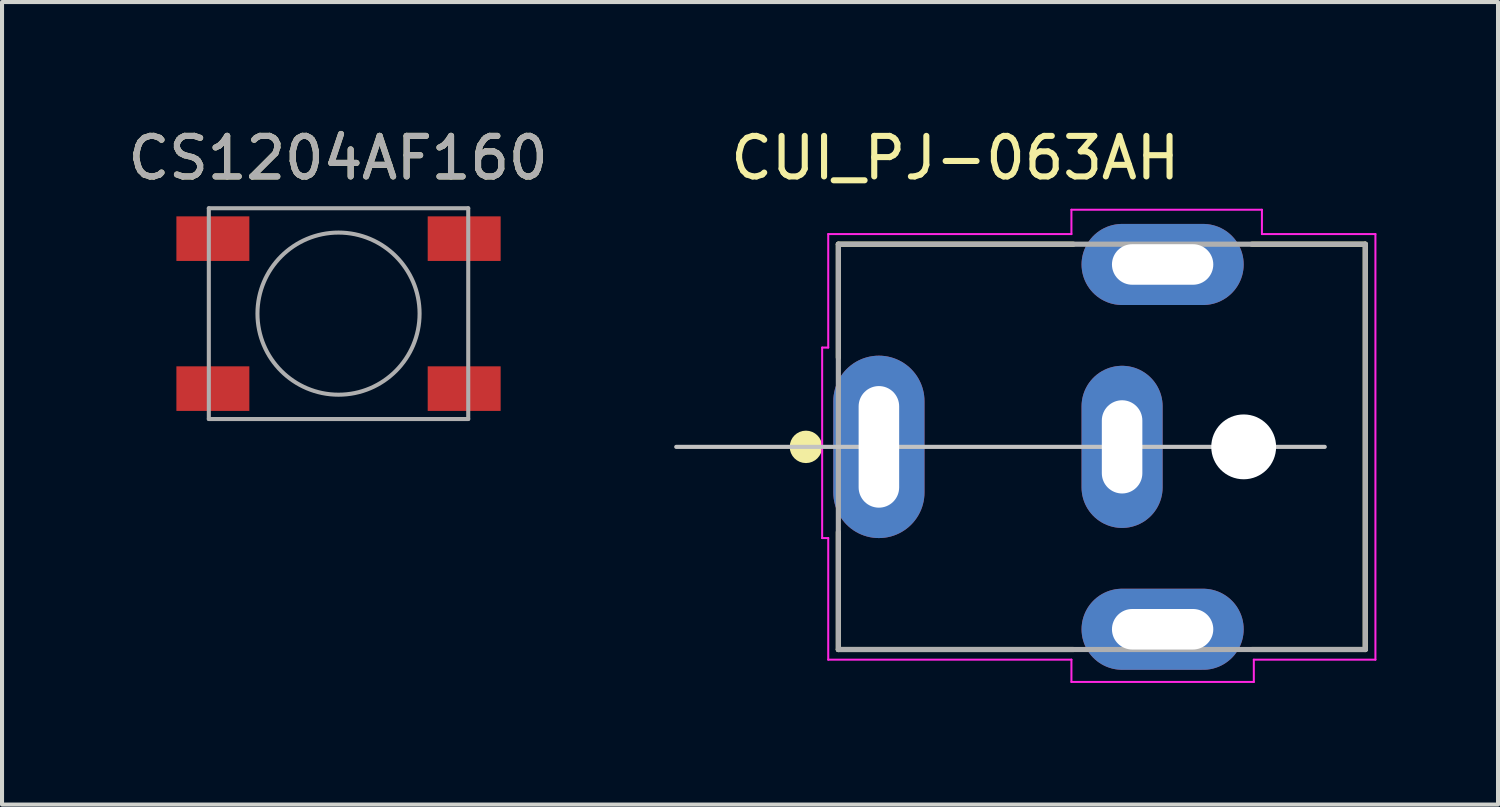
<source format=kicad_pcb>
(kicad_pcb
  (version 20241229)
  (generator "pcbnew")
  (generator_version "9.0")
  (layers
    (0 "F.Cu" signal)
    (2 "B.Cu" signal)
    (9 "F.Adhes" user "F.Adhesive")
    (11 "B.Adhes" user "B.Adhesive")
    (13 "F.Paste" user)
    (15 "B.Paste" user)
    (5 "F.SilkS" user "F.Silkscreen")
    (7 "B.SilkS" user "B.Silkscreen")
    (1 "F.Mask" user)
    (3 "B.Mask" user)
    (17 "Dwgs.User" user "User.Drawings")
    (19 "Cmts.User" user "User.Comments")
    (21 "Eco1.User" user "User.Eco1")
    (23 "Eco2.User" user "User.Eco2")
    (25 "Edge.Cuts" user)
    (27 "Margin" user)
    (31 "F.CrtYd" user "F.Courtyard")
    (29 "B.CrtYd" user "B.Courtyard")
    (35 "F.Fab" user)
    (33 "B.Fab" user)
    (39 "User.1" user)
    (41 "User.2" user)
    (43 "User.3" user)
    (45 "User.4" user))
  (footprint "CUI_PJ-063AH"
    (layer "F.Cu")
    (at 18.634 7.975)
    (property "Reference" "CUI_PJ-063AH" (at 1.885 -7.127 0) (layer "F.SilkS") (effects (font (size 1 1) (thickness 0.15))))
    (attr through_hole)
    (fp_line (start -1 -5) (end 4.8 -5) (stroke (width 0.127) (type solid)) (layer "F.SilkS"))
    (fp_line (start -1 -2.2) (end -1 -5) (stroke (width 0.127) (type solid)) (layer "F.SilkS"))
    (fp_line (start -1 5) (end -1 2.1) (stroke (width 0.127) (type solid)) (layer "F.SilkS"))
    (fp_line (start 4.8 5) (end -1 5) (stroke (width 0.127) (type solid)) (layer "F.SilkS"))
    (fp_line (start 9.2 -5) (end 12 -5) (stroke (width 0.127) (type solid)) (layer "F.SilkS"))
    (fp_line (start 12 -5) (end 12 5) (stroke (width 0.127) (type solid)) (layer "F.SilkS"))
    (fp_line (start 12 5) (end 9.2 5) (stroke (width 0.127) (type solid)) (layer "F.SilkS"))
    (fp_circle (center -1.8 0) (end -1.6 0) (stroke (width 0.4) (type solid)) (fill no) (layer "F.SilkS"))
    (fp_line (start -5 0) (end 11 0) (stroke (width 0.102) (type solid)) (layer "Dwgs.User"))
    (fp_line (start -1.4 -2.45) (end -1.25 -2.45) (stroke (width 0.05) (type solid)) (layer "F.CrtYd"))
    (fp_line (start -1.4 2.25) (end -1.4 -2.45) (stroke (width 0.05) (type solid)) (layer "F.CrtYd"))
    (fp_line (start -1.25 -5.25) (end 4.75 -5.25) (stroke (width 0.05) (type solid)) (layer "F.CrtYd"))
    (fp_line (start -1.25 -2.45) (end -1.25 -5.25) (stroke (width 0.05) (type solid)) (layer "F.CrtYd"))
    (fp_line (start -1.25 2.25) (end -1.4 2.25) (stroke (width 0.05) (type solid)) (layer "F.CrtYd"))
    (fp_line (start -1.25 5.25) (end -1.25 2.25) (stroke (width 0.05) (type solid)) (layer "F.CrtYd"))
    (fp_line (start 4.75 -5.85) (end 9.45 -5.85) (stroke (width 0.05) (type solid)) (layer "F.CrtYd"))
    (fp_line (start 4.75 -5.25) (end 4.75 -5.85) (stroke (width 0.05) (type solid)) (layer "F.CrtYd"))
    (fp_line (start 4.75 5.25) (end -1.25 5.25) (stroke (width 0.05) (type solid)) (layer "F.CrtYd"))
    (fp_line (start 4.75 5.8) (end 4.75 5.25) (stroke (width 0.05) (type solid)) (layer "F.CrtYd"))
    (fp_line (start 9.25 5.25) (end 9.25 5.8) (stroke (width 0.05) (type solid)) (layer "F.CrtYd"))
    (fp_line (start 9.25 5.8) (end 4.75 5.8) (stroke (width 0.05) (type solid)) (layer "F.CrtYd"))
    (fp_line (start 9.45 -5.85) (end 9.45 -5.25) (stroke (width 0.05) (type solid)) (layer "F.CrtYd"))
    (fp_line (start 9.45 -5.25) (end 12.25 -5.25) (stroke (width 0.05) (type solid)) (layer "F.CrtYd"))
    (fp_line (start 12.25 -5.25) (end 12.25 5.25) (stroke (width 0.05) (type solid)) (layer "F.CrtYd"))
    (fp_line (start 12.25 5.25) (end 9.25 5.25) (stroke (width 0.05) (type solid)) (layer "F.CrtYd"))
    (fp_line (start -1 -5) (end 12 -5) (stroke (width 0.127) (type solid)) (layer "F.Fab"))
    (fp_line (start -1 5) (end -1 -5) (stroke (width 0.127) (type solid)) (layer "F.Fab"))
    (fp_line (start 12 -5) (end 12 5) (stroke (width 0.127) (type solid)) (layer "F.Fab"))
    (fp_line (start 12 5) (end -1 5) (stroke (width 0.127) (type solid)) (layer "F.Fab"))
    (pad "" np_thru_hole circle (at 9 0) (size 1.6 1.6) (drill 1.6) (layers "*.Cu" "*.Mask"))
    (pad "1" thru_hole oval (at 0 0) (size 2.25 4.5) (drill oval 1 3) (layers "*.Cu" "*.Mask"))
    (pad "2" thru_hole oval (at 6 0) (size 2 4) (drill oval 1 2.3) (layers "*.Cu" "*.Mask"))
    (pad "S1" thru_hole oval (at 7 -4.5) (size 4 2) (drill oval 2.5 1) (layers "*.Cu" "*.Mask"))
    (pad "S2" thru_hole oval (at 7 4.5) (size 4 2) (drill oval 2.5 1) (layers "*.Cu" "*.Mask")))
  (footprint "CS1204AF160"
    (layer "F.Cu")
    (at 5.302 4.688)
    (property "Reference" "CS1204AF160" (at -0.01 -3.84 0) (layer "F.SilkS") (effects (font (size 1 1) (thickness 0.15))))
    (attr smd)
    (fp_line (start -3.2 -2.6) (end 3.2 -2.6) (stroke (width 0.1) (type solid)) (layer "F.Fab"))
    (fp_line (start -3.2 2.6) (end -3.2 -2.6) (stroke (width 0.1) (type solid)) (layer "F.Fab"))
    (fp_line (start 3.2 -2.6) (end 3.2 2.6) (stroke (width 0.1) (type solid)) (layer "F.Fab"))
    (fp_line (start 3.2 2.6) (end -3.2 2.6) (stroke (width 0.1) (type solid)) (layer "F.Fab"))
    (fp_circle (center 0 0) (end 2 0) (stroke (width 0.1) (type solid)) (fill no) (layer "F.Fab"))
    (fp_text user "${REFERENCE}" (at -0.01 -3.84 0) (layer "F.Fab") (effects (font (size 1 1) (thickness 0.15))))
    (pad "1" smd rect (at -3.1 -1.85) (size 1.8 1.1) (layers "F.Cu" "F.Mask" "F.Paste"))
    (pad "1" smd rect (at 3.1 -1.85) (size 1.8 1.1) (layers "F.Cu" "F.Mask" "F.Paste"))
    (pad "2" smd rect (at -3.1 1.85) (size 1.8 1.1) (layers "F.Cu" "F.Mask" "F.Paste"))
    (pad "2" smd rect (at 3.1 1.85) (size 1.8 1.1) (layers "F.Cu" "F.Mask" "F.Paste")))
  (gr_rect
    (start -3 -3)
    (end 33.909 16.8)
    (stroke (width 0.1) (type default))
    (fill no)
    (layer "Edge.Cuts")))
</source>
